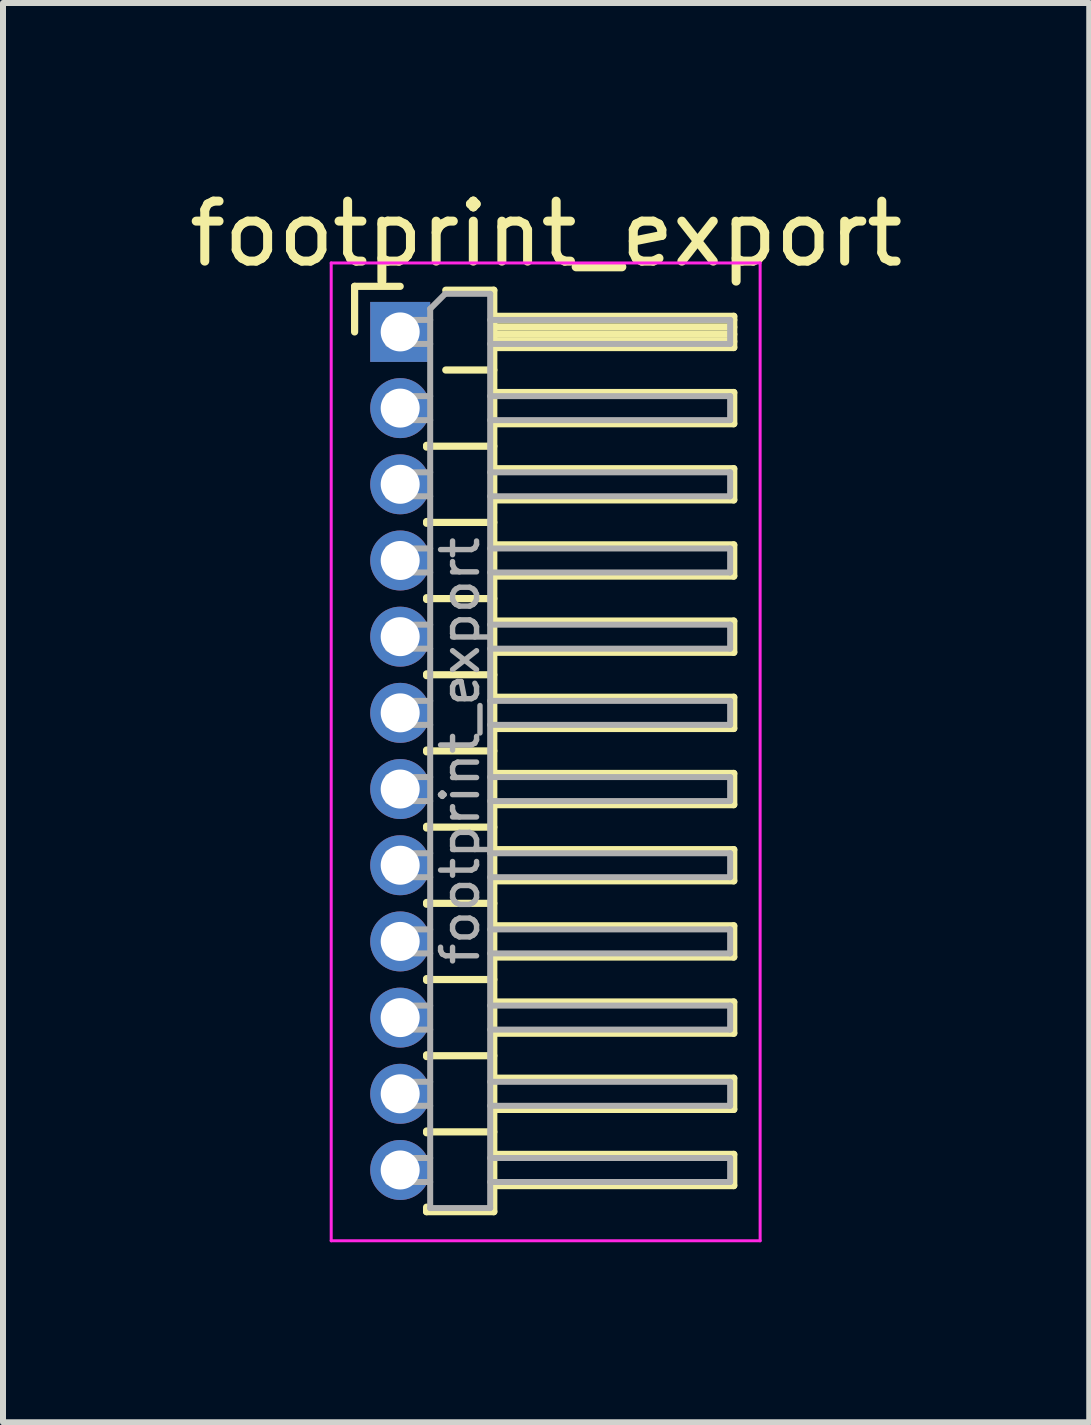
<source format=kicad_pcb>
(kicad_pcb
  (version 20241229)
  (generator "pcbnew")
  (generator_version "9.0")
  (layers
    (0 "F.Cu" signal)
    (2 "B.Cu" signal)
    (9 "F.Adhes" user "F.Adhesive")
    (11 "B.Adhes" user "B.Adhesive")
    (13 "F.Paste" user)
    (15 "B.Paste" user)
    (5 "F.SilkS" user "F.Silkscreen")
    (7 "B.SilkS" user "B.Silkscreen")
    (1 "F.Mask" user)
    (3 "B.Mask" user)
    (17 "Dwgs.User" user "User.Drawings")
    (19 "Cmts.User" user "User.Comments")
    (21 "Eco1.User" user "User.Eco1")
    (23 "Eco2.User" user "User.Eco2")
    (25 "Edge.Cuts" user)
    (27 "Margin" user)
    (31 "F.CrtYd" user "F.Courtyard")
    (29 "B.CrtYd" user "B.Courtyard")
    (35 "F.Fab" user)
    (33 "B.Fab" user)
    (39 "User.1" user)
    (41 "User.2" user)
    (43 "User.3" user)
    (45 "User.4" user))
  (footprint "footprint_export"
    (layer "F.Cu")
    (at 3.621 2.483)
    (property "Reference" "footprint_export" (at 2.433 -1.635 0) (layer "F.SilkS") (effects (font (size 1 1) (thickness 0.15))))
    (attr through_hole)
    (fp_line (start -0.76 -0.76) (end 0 -0.76) (stroke (width 0.12) (type solid)) (layer "F.SilkS"))
    (fp_line (start -0.76 0) (end -0.76 -0.76) (stroke (width 0.12) (type solid)) (layer "F.SilkS"))
    (fp_line (start 0.44 1.89) (end 0.44 1.92) (stroke (width 0.12) (type solid)) (layer "F.SilkS"))
    (fp_line (start 0.44 1.905) (end 1.56 1.905) (stroke (width 0.12) (type solid)) (layer "F.SilkS"))
    (fp_line (start 0.44 3.16) (end 0.44 3.19) (stroke (width 0.12) (type solid)) (layer "F.SilkS"))
    (fp_line (start 0.44 3.175) (end 1.56 3.175) (stroke (width 0.12) (type solid)) (layer "F.SilkS"))
    (fp_line (start 0.44 4.43) (end 0.44 4.46) (stroke (width 0.12) (type solid)) (layer "F.SilkS"))
    (fp_line (start 0.44 4.445) (end 1.56 4.445) (stroke (width 0.12) (type solid)) (layer "F.SilkS"))
    (fp_line (start 0.44 5.7) (end 0.44 5.73) (stroke (width 0.12) (type solid)) (layer "F.SilkS"))
    (fp_line (start 0.44 5.715) (end 1.56 5.715) (stroke (width 0.12) (type solid)) (layer "F.SilkS"))
    (fp_line (start 0.44 6.97) (end 0.44 7) (stroke (width 0.12) (type solid)) (layer "F.SilkS"))
    (fp_line (start 0.44 6.985) (end 1.56 6.985) (stroke (width 0.12) (type solid)) (layer "F.SilkS"))
    (fp_line (start 0.44 8.24) (end 0.44 8.27) (stroke (width 0.12) (type solid)) (layer "F.SilkS"))
    (fp_line (start 0.44 8.255) (end 1.56 8.255) (stroke (width 0.12) (type solid)) (layer "F.SilkS"))
    (fp_line (start 0.44 9.51) (end 0.44 9.54) (stroke (width 0.12) (type solid)) (layer "F.SilkS"))
    (fp_line (start 0.44 9.525) (end 1.56 9.525) (stroke (width 0.12) (type solid)) (layer "F.SilkS"))
    (fp_line (start 0.44 10.78) (end 0.44 10.81) (stroke (width 0.12) (type solid)) (layer "F.SilkS"))
    (fp_line (start 0.44 10.795) (end 1.56 10.795) (stroke (width 0.12) (type solid)) (layer "F.SilkS"))
    (fp_line (start 0.44 12.05) (end 0.44 12.08) (stroke (width 0.12) (type solid)) (layer "F.SilkS"))
    (fp_line (start 0.44 12.065) (end 1.56 12.065) (stroke (width 0.12) (type solid)) (layer "F.SilkS"))
    (fp_line (start 0.44 13.32) (end 0.44 13.35) (stroke (width 0.12) (type solid)) (layer "F.SilkS"))
    (fp_line (start 0.44 13.335) (end 1.56 13.335) (stroke (width 0.12) (type solid)) (layer "F.SilkS"))
    (fp_line (start 0.44 14.665) (end 0.44 14.59) (stroke (width 0.12) (type solid)) (layer "F.SilkS"))
    (fp_line (start 0.76 -0.695) (end 1.56 -0.695) (stroke (width 0.12) (type solid)) (layer "F.SilkS"))
    (fp_line (start 0.76 0.635) (end 1.56 0.635) (stroke (width 0.12) (type solid)) (layer "F.SilkS"))
    (fp_line (start 1.56 -0.695) (end 1.56 14.665) (stroke (width 0.12) (type solid)) (layer "F.SilkS"))
    (fp_line (start 1.56 -0.26) (end 5.56 -0.26) (stroke (width 0.12) (type solid)) (layer "F.SilkS"))
    (fp_line (start 1.56 -0.2) (end 5.56 -0.2) (stroke (width 0.12) (type solid)) (layer "F.SilkS"))
    (fp_line (start 1.56 -0.08) (end 5.56 -0.08) (stroke (width 0.12) (type solid)) (layer "F.SilkS"))
    (fp_line (start 1.56 0.04) (end 5.56 0.04) (stroke (width 0.12) (type solid)) (layer "F.SilkS"))
    (fp_line (start 1.56 0.16) (end 5.56 0.16) (stroke (width 0.12) (type solid)) (layer "F.SilkS"))
    (fp_line (start 1.56 1.01) (end 5.56 1.01) (stroke (width 0.12) (type solid)) (layer "F.SilkS"))
    (fp_line (start 1.56 2.28) (end 5.56 2.28) (stroke (width 0.12) (type solid)) (layer "F.SilkS"))
    (fp_line (start 1.56 3.55) (end 5.56 3.55) (stroke (width 0.12) (type solid)) (layer "F.SilkS"))
    (fp_line (start 1.56 4.82) (end 5.56 4.82) (stroke (width 0.12) (type solid)) (layer "F.SilkS"))
    (fp_line (start 1.56 6.09) (end 5.56 6.09) (stroke (width 0.12) (type solid)) (layer "F.SilkS"))
    (fp_line (start 1.56 7.36) (end 5.56 7.36) (stroke (width 0.12) (type solid)) (layer "F.SilkS"))
    (fp_line (start 1.56 8.63) (end 5.56 8.63) (stroke (width 0.12) (type solid)) (layer "F.SilkS"))
    (fp_line (start 1.56 9.9) (end 5.56 9.9) (stroke (width 0.12) (type solid)) (layer "F.SilkS"))
    (fp_line (start 1.56 11.17) (end 5.56 11.17) (stroke (width 0.12) (type solid)) (layer "F.SilkS"))
    (fp_line (start 1.56 12.44) (end 5.56 12.44) (stroke (width 0.12) (type solid)) (layer "F.SilkS"))
    (fp_line (start 1.56 13.71) (end 5.56 13.71) (stroke (width 0.12) (type solid)) (layer "F.SilkS"))
    (fp_line (start 1.56 14.665) (end 0.44 14.665) (stroke (width 0.12) (type solid)) (layer "F.SilkS"))
    (fp_line (start 5.56 -0.26) (end 5.56 0.26) (stroke (width 0.12) (type solid)) (layer "F.SilkS"))
    (fp_line (start 5.56 0.26) (end 1.56 0.26) (stroke (width 0.12) (type solid)) (layer "F.SilkS"))
    (fp_line (start 5.56 1.01) (end 5.56 1.53) (stroke (width 0.12) (type solid)) (layer "F.SilkS"))
    (fp_line (start 5.56 1.53) (end 1.56 1.53) (stroke (width 0.12) (type solid)) (layer "F.SilkS"))
    (fp_line (start 5.56 2.28) (end 5.56 2.8) (stroke (width 0.12) (type solid)) (layer "F.SilkS"))
    (fp_line (start 5.56 2.8) (end 1.56 2.8) (stroke (width 0.12) (type solid)) (layer "F.SilkS"))
    (fp_line (start 5.56 3.55) (end 5.56 4.07) (stroke (width 0.12) (type solid)) (layer "F.SilkS"))
    (fp_line (start 5.56 4.07) (end 1.56 4.07) (stroke (width 0.12) (type solid)) (layer "F.SilkS"))
    (fp_line (start 5.56 4.82) (end 5.56 5.34) (stroke (width 0.12) (type solid)) (layer "F.SilkS"))
    (fp_line (start 5.56 5.34) (end 1.56 5.34) (stroke (width 0.12) (type solid)) (layer "F.SilkS"))
    (fp_line (start 5.56 6.09) (end 5.56 6.61) (stroke (width 0.12) (type solid)) (layer "F.SilkS"))
    (fp_line (start 5.56 6.61) (end 1.56 6.61) (stroke (width 0.12) (type solid)) (layer "F.SilkS"))
    (fp_line (start 5.56 7.36) (end 5.56 7.88) (stroke (width 0.12) (type solid)) (layer "F.SilkS"))
    (fp_line (start 5.56 7.88) (end 1.56 7.88) (stroke (width 0.12) (type solid)) (layer "F.SilkS"))
    (fp_line (start 5.56 8.63) (end 5.56 9.15) (stroke (width 0.12) (type solid)) (layer "F.SilkS"))
    (fp_line (start 5.56 9.15) (end 1.56 9.15) (stroke (width 0.12) (type solid)) (layer "F.SilkS"))
    (fp_line (start 5.56 9.9) (end 5.56 10.42) (stroke (width 0.12) (type solid)) (layer "F.SilkS"))
    (fp_line (start 5.56 10.42) (end 1.56 10.42) (stroke (width 0.12) (type solid)) (layer "F.SilkS"))
    (fp_line (start 5.56 11.17) (end 5.56 11.69) (stroke (width 0.12) (type solid)) (layer "F.SilkS"))
    (fp_line (start 5.56 11.69) (end 1.56 11.69) (stroke (width 0.12) (type solid)) (layer "F.SilkS"))
    (fp_line (start 5.56 12.44) (end 5.56 12.96) (stroke (width 0.12) (type solid)) (layer "F.SilkS"))
    (fp_line (start 5.56 12.96) (end 1.56 12.96) (stroke (width 0.12) (type solid)) (layer "F.SilkS"))
    (fp_line (start 5.56 13.71) (end 5.56 14.23) (stroke (width 0.12) (type solid)) (layer "F.SilkS"))
    (fp_line (start 5.56 14.23) (end 1.56 14.23) (stroke (width 0.12) (type solid)) (layer "F.SilkS"))
    (fp_line (start -1.15 -1.15) (end -1.15 15.15) (stroke (width 0.05) (type solid)) (layer "F.CrtYd"))
    (fp_line (start -1.15 15.15) (end 6 15.15) (stroke (width 0.05) (type solid)) (layer "F.CrtYd"))
    (fp_line (start 6 -1.15) (end -1.15 -1.15) (stroke (width 0.05) (type solid)) (layer "F.CrtYd"))
    (fp_line (start 6 15.15) (end 6 -1.15) (stroke (width 0.05) (type solid)) (layer "F.CrtYd"))
    (fp_line (start -0.2 -0.2) (end -0.2 0.2) (stroke (width 0.1) (type solid)) (layer "F.Fab"))
    (fp_line (start -0.2 -0.2) (end 0.5 -0.2) (stroke (width 0.1) (type solid)) (layer "F.Fab"))
    (fp_line (start -0.2 0.2) (end 0.5 0.2) (stroke (width 0.1) (type solid)) (layer "F.Fab"))
    (fp_line (start -0.2 1.07) (end -0.2 1.47) (stroke (width 0.1) (type solid)) (layer "F.Fab"))
    (fp_line (start -0.2 1.07) (end 0.5 1.07) (stroke (width 0.1) (type solid)) (layer "F.Fab"))
    (fp_line (start -0.2 1.47) (end 0.5 1.47) (stroke (width 0.1) (type solid)) (layer "F.Fab"))
    (fp_line (start -0.2 2.34) (end -0.2 2.74) (stroke (width 0.1) (type solid)) (layer "F.Fab"))
    (fp_line (start -0.2 2.34) (end 0.5 2.34) (stroke (width 0.1) (type solid)) (layer "F.Fab"))
    (fp_line (start -0.2 2.74) (end 0.5 2.74) (stroke (width 0.1) (type solid)) (layer "F.Fab"))
    (fp_line (start -0.2 3.61) (end -0.2 4.01) (stroke (width 0.1) (type solid)) (layer "F.Fab"))
    (fp_line (start -0.2 3.61) (end 0.5 3.61) (stroke (width 0.1) (type solid)) (layer "F.Fab"))
    (fp_line (start -0.2 4.01) (end 0.5 4.01) (stroke (width 0.1) (type solid)) (layer "F.Fab"))
    (fp_line (start -0.2 4.88) (end -0.2 5.28) (stroke (width 0.1) (type solid)) (layer "F.Fab"))
    (fp_line (start -0.2 4.88) (end 0.5 4.88) (stroke (width 0.1) (type solid)) (layer "F.Fab"))
    (fp_line (start -0.2 5.28) (end 0.5 5.28) (stroke (width 0.1) (type solid)) (layer "F.Fab"))
    (fp_line (start -0.2 6.15) (end -0.2 6.55) (stroke (width 0.1) (type solid)) (layer "F.Fab"))
    (fp_line (start -0.2 6.15) (end 0.5 6.15) (stroke (width 0.1) (type solid)) (layer "F.Fab"))
    (fp_line (start -0.2 6.55) (end 0.5 6.55) (stroke (width 0.1) (type solid)) (layer "F.Fab"))
    (fp_line (start -0.2 7.42) (end -0.2 7.82) (stroke (width 0.1) (type solid)) (layer "F.Fab"))
    (fp_line (start -0.2 7.42) (end 0.5 7.42) (stroke (width 0.1) (type solid)) (layer "F.Fab"))
    (fp_line (start -0.2 7.82) (end 0.5 7.82) (stroke (width 0.1) (type solid)) (layer "F.Fab"))
    (fp_line (start -0.2 8.69) (end -0.2 9.09) (stroke (width 0.1) (type solid)) (layer "F.Fab"))
    (fp_line (start -0.2 8.69) (end 0.5 8.69) (stroke (width 0.1) (type solid)) (layer "F.Fab"))
    (fp_line (start -0.2 9.09) (end 0.5 9.09) (stroke (width 0.1) (type solid)) (layer "F.Fab"))
    (fp_line (start -0.2 9.96) (end -0.2 10.36) (stroke (width 0.1) (type solid)) (layer "F.Fab"))
    (fp_line (start -0.2 9.96) (end 0.5 9.96) (stroke (width 0.1) (type solid)) (layer "F.Fab"))
    (fp_line (start -0.2 10.36) (end 0.5 10.36) (stroke (width 0.1) (type solid)) (layer "F.Fab"))
    (fp_line (start -0.2 11.23) (end -0.2 11.63) (stroke (width 0.1) (type solid)) (layer "F.Fab"))
    (fp_line (start -0.2 11.23) (end 0.5 11.23) (stroke (width 0.1) (type solid)) (layer "F.Fab"))
    (fp_line (start -0.2 11.63) (end 0.5 11.63) (stroke (width 0.1) (type solid)) (layer "F.Fab"))
    (fp_line (start -0.2 12.5) (end -0.2 12.9) (stroke (width 0.1) (type solid)) (layer "F.Fab"))
    (fp_line (start -0.2 12.5) (end 0.5 12.5) (stroke (width 0.1) (type solid)) (layer "F.Fab"))
    (fp_line (start -0.2 12.9) (end 0.5 12.9) (stroke (width 0.1) (type solid)) (layer "F.Fab"))
    (fp_line (start -0.2 13.77) (end -0.2 14.17) (stroke (width 0.1) (type solid)) (layer "F.Fab"))
    (fp_line (start -0.2 13.77) (end 0.5 13.77) (stroke (width 0.1) (type solid)) (layer "F.Fab"))
    (fp_line (start -0.2 14.17) (end 0.5 14.17) (stroke (width 0.1) (type solid)) (layer "F.Fab"))
    (fp_line (start 0.5 -0.385) (end 0.75 -0.635) (stroke (width 0.1) (type solid)) (layer "F.Fab"))
    (fp_line (start 0.5 14.605) (end 0.5 -0.385) (stroke (width 0.1) (type solid)) (layer "F.Fab"))
    (fp_line (start 0.75 -0.635) (end 1.5 -0.635) (stroke (width 0.1) (type solid)) (layer "F.Fab"))
    (fp_line (start 1.5 -0.635) (end 1.5 14.605) (stroke (width 0.1) (type solid)) (layer "F.Fab"))
    (fp_line (start 1.5 -0.2) (end 5.5 -0.2) (stroke (width 0.1) (type solid)) (layer "F.Fab"))
    (fp_line (start 1.5 0.2) (end 5.5 0.2) (stroke (width 0.1) (type solid)) (layer "F.Fab"))
    (fp_line (start 1.5 1.07) (end 5.5 1.07) (stroke (width 0.1) (type solid)) (layer "F.Fab"))
    (fp_line (start 1.5 1.47) (end 5.5 1.47) (stroke (width 0.1) (type solid)) (layer "F.Fab"))
    (fp_line (start 1.5 2.34) (end 5.5 2.34) (stroke (width 0.1) (type solid)) (layer "F.Fab"))
    (fp_line (start 1.5 2.74) (end 5.5 2.74) (stroke (width 0.1) (type solid)) (layer "F.Fab"))
    (fp_line (start 1.5 3.61) (end 5.5 3.61) (stroke (width 0.1) (type solid)) (layer "F.Fab"))
    (fp_line (start 1.5 4.01) (end 5.5 4.01) (stroke (width 0.1) (type solid)) (layer "F.Fab"))
    (fp_line (start 1.5 4.88) (end 5.5 4.88) (stroke (width 0.1) (type solid)) (layer "F.Fab"))
    (fp_line (start 1.5 5.28) (end 5.5 5.28) (stroke (width 0.1) (type solid)) (layer "F.Fab"))
    (fp_line (start 1.5 6.15) (end 5.5 6.15) (stroke (width 0.1) (type solid)) (layer "F.Fab"))
    (fp_line (start 1.5 6.55) (end 5.5 6.55) (stroke (width 0.1) (type solid)) (layer "F.Fab"))
    (fp_line (start 1.5 7.42) (end 5.5 7.42) (stroke (width 0.1) (type solid)) (layer "F.Fab"))
    (fp_line (start 1.5 7.82) (end 5.5 7.82) (stroke (width 0.1) (type solid)) (layer "F.Fab"))
    (fp_line (start 1.5 8.69) (end 5.5 8.69) (stroke (width 0.1) (type solid)) (layer "F.Fab"))
    (fp_line (start 1.5 9.09) (end 5.5 9.09) (stroke (width 0.1) (type solid)) (layer "F.Fab"))
    (fp_line (start 1.5 9.96) (end 5.5 9.96) (stroke (width 0.1) (type solid)) (layer "F.Fab"))
    (fp_line (start 1.5 10.36) (end 5.5 10.36) (stroke (width 0.1) (type solid)) (layer "F.Fab"))
    (fp_line (start 1.5 11.23) (end 5.5 11.23) (stroke (width 0.1) (type solid)) (layer "F.Fab"))
    (fp_line (start 1.5 11.63) (end 5.5 11.63) (stroke (width 0.1) (type solid)) (layer "F.Fab"))
    (fp_line (start 1.5 12.5) (end 5.5 12.5) (stroke (width 0.1) (type solid)) (layer "F.Fab"))
    (fp_line (start 1.5 12.9) (end 5.5 12.9) (stroke (width 0.1) (type solid)) (layer "F.Fab"))
    (fp_line (start 1.5 13.77) (end 5.5 13.77) (stroke (width 0.1) (type solid)) (layer "F.Fab"))
    (fp_line (start 1.5 14.17) (end 5.5 14.17) (stroke (width 0.1) (type solid)) (layer "F.Fab"))
    (fp_line (start 1.5 14.605) (end 0.5 14.605) (stroke (width 0.1) (type solid)) (layer "F.Fab"))
    (fp_line (start 5.5 -0.2) (end 5.5 0.2) (stroke (width 0.1) (type solid)) (layer "F.Fab"))
    (fp_line (start 5.5 1.07) (end 5.5 1.47) (stroke (width 0.1) (type solid)) (layer "F.Fab"))
    (fp_line (start 5.5 2.34) (end 5.5 2.74) (stroke (width 0.1) (type solid)) (layer "F.Fab"))
    (fp_line (start 5.5 3.61) (end 5.5 4.01) (stroke (width 0.1) (type solid)) (layer "F.Fab"))
    (fp_line (start 5.5 4.88) (end 5.5 5.28) (stroke (width 0.1) (type solid)) (layer "F.Fab"))
    (fp_line (start 5.5 6.15) (end 5.5 6.55) (stroke (width 0.1) (type solid)) (layer "F.Fab"))
    (fp_line (start 5.5 7.42) (end 5.5 7.82) (stroke (width 0.1) (type solid)) (layer "F.Fab"))
    (fp_line (start 5.5 8.69) (end 5.5 9.09) (stroke (width 0.1) (type solid)) (layer "F.Fab"))
    (fp_line (start 5.5 9.96) (end 5.5 10.36) (stroke (width 0.1) (type solid)) (layer "F.Fab"))
    (fp_line (start 5.5 11.23) (end 5.5 11.63) (stroke (width 0.1) (type solid)) (layer "F.Fab"))
    (fp_line (start 5.5 12.5) (end 5.5 12.9) (stroke (width 0.1) (type solid)) (layer "F.Fab"))
    (fp_line (start 5.5 13.77) (end 5.5 14.17) (stroke (width 0.1) (type solid)) (layer "F.Fab"))
    (fp_text user "${REFERENCE}" (at 1 6.985 90) (layer "F.Fab") (effects (font (size 0.6 0.6) (thickness 0.09))))
    (pad "1" thru_hole rect (at 0 0) (size 1 1) (drill 0.65) (layers "*.Cu" "*.Mask"))
    (pad "2" thru_hole oval (at 0 1.27) (size 1 1) (drill 0.65) (layers "*.Cu" "*.Mask"))
    (pad "3" thru_hole oval (at 0 2.54) (size 1 1) (drill 0.65) (layers "*.Cu" "*.Mask"))
    (pad "4" thru_hole oval (at 0 3.81) (size 1 1) (drill 0.65) (layers "*.Cu" "*.Mask"))
    (pad "5" thru_hole oval (at 0 5.08) (size 1 1) (drill 0.65) (layers "*.Cu" "*.Mask"))
    (pad "6" thru_hole oval (at 0 6.35) (size 1 1) (drill 0.65) (layers "*.Cu" "*.Mask"))
    (pad "7" thru_hole oval (at 0 7.62) (size 1 1) (drill 0.65) (layers "*.Cu" "*.Mask"))
    (pad "8" thru_hole oval (at 0 8.89) (size 1 1) (drill 0.65) (layers "*.Cu" "*.Mask"))
    (pad "9" thru_hole oval (at 0 10.16) (size 1 1) (drill 0.65) (layers "*.Cu" "*.Mask"))
    (pad "10" thru_hole oval (at 0 11.43) (size 1 1) (drill 0.65) (layers "*.Cu" "*.Mask"))
    (pad "11" thru_hole oval (at 0 12.7) (size 1 1) (drill 0.65) (layers "*.Cu" "*.Mask"))
    (pad "12" thru_hole oval (at 0 13.97) (size 1 1) (drill 0.65) (layers "*.Cu" "*.Mask")))
  (gr_rect
    (start -3 -3)
    (end 15.107 20.658)
    (stroke (width 0.1) (type default))
    (fill no)
    (layer "Edge.Cuts")))
</source>
